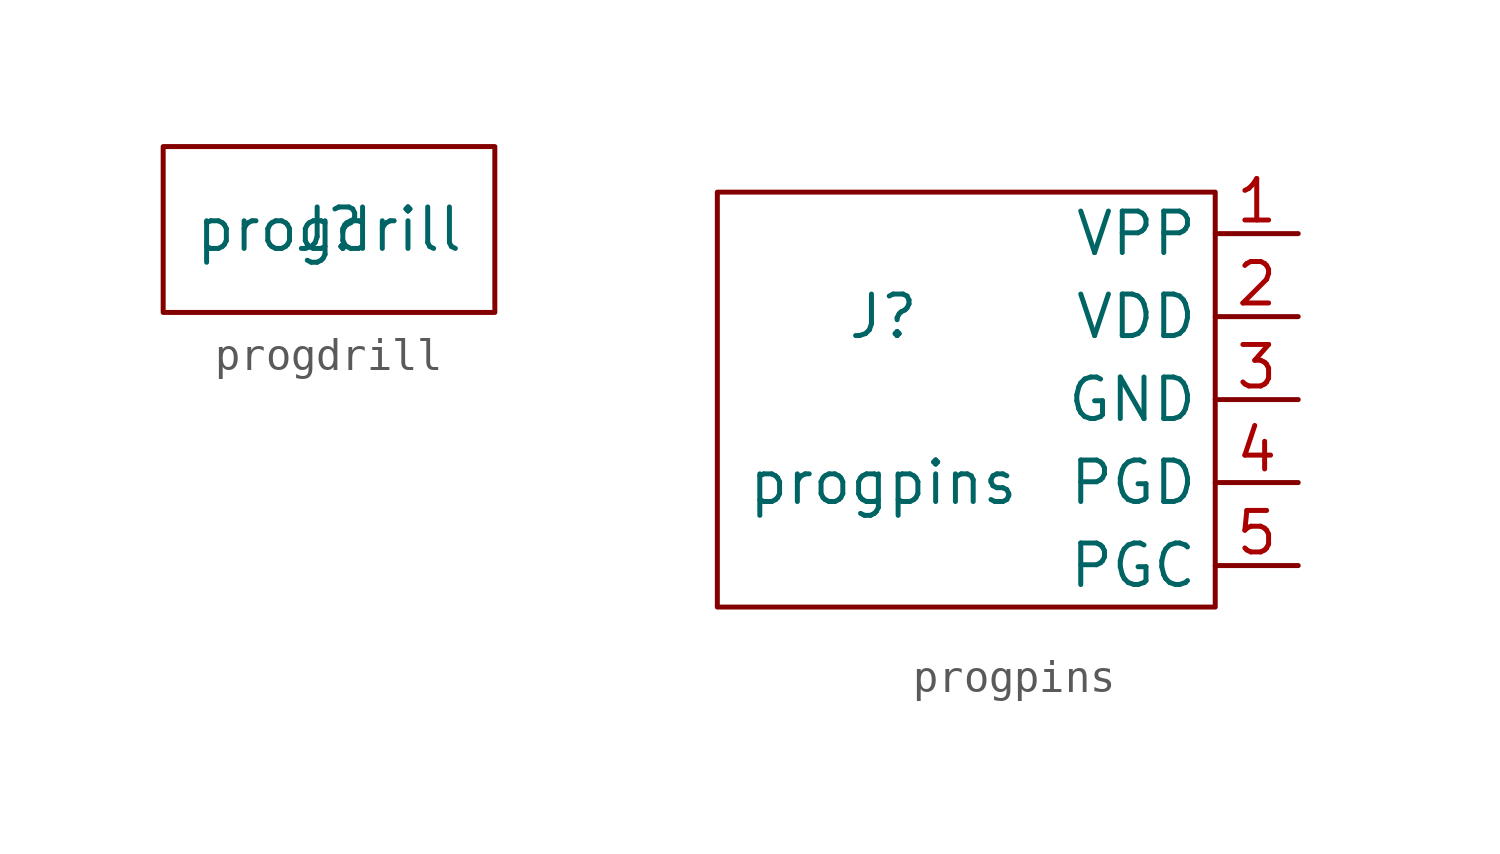
<source format=kicad_sym>
(kicad_symbol_lib
  (version 20211014)
  (generator kicad_symbol_editor)
  (symbol "progdrill"
    (pin_numbers hide)
    (pin_names
      (offset 0) hide)
    (property "Reference" "J"
      (at 0 0 0)
      (effects (font (size 1.27 1.27))))
    (property "Value" "progdrill"
      (at 0 0 0)
      (effects (font (size 1.27 1.27))))
    (symbol "progdrill_0_1"
      (rectangle (start -5.08 2.54) (end 5.08 -2.54) (stroke (width 0) (type default) (color 0 0 0 0)) (fill (type none)))))
  (symbol "progpins"
    (property "Reference" "J"
      (at -2.54 2.54 0)
      (effects (font (size 1.27 1.27))))
    (property "Value" "progpins"
      (at -2.54 -2.54 0)
      (effects (font (size 1.27 1.27))))
    (symbol "progpins_0_1"
      (rectangle (start -7.62 6.35) (end 7.62 -6.35) (stroke (width 0) (type default) (color 0 0 0 0)) (fill (type none))))
    (symbol "progpins_1_1"
      (pin passive line (at 10.16 5.08 180) (length 2.54) (name "VPP" (effects (font (size 1.27 1.27)))) (number "1" (effects (font (size 1.27 1.27)))))
      (pin passive line (at 10.16 2.54 180) (length 2.54) (name "VDD" (effects (font (size 1.27 1.27)))) (number "2" (effects (font (size 1.27 1.27)))))
      (pin passive line (at 10.16 0 180) (length 2.54) (name "GND" (effects (font (size 1.27 1.27)))) (number "3" (effects (font (size 1.27 1.27)))))
      (pin passive line (at 10.16 -2.54 180) (length 2.54) (name "PGD" (effects (font (size 1.27 1.27)))) (number "4" (effects (font (size 1.27 1.27)))))
      (pin passive line (at 10.16 -5.08 180) (length 2.54) (name "PGC" (effects (font (size 1.27 1.27)))) (number "5" (effects (font (size 1.27 1.27))))))))
</source>
